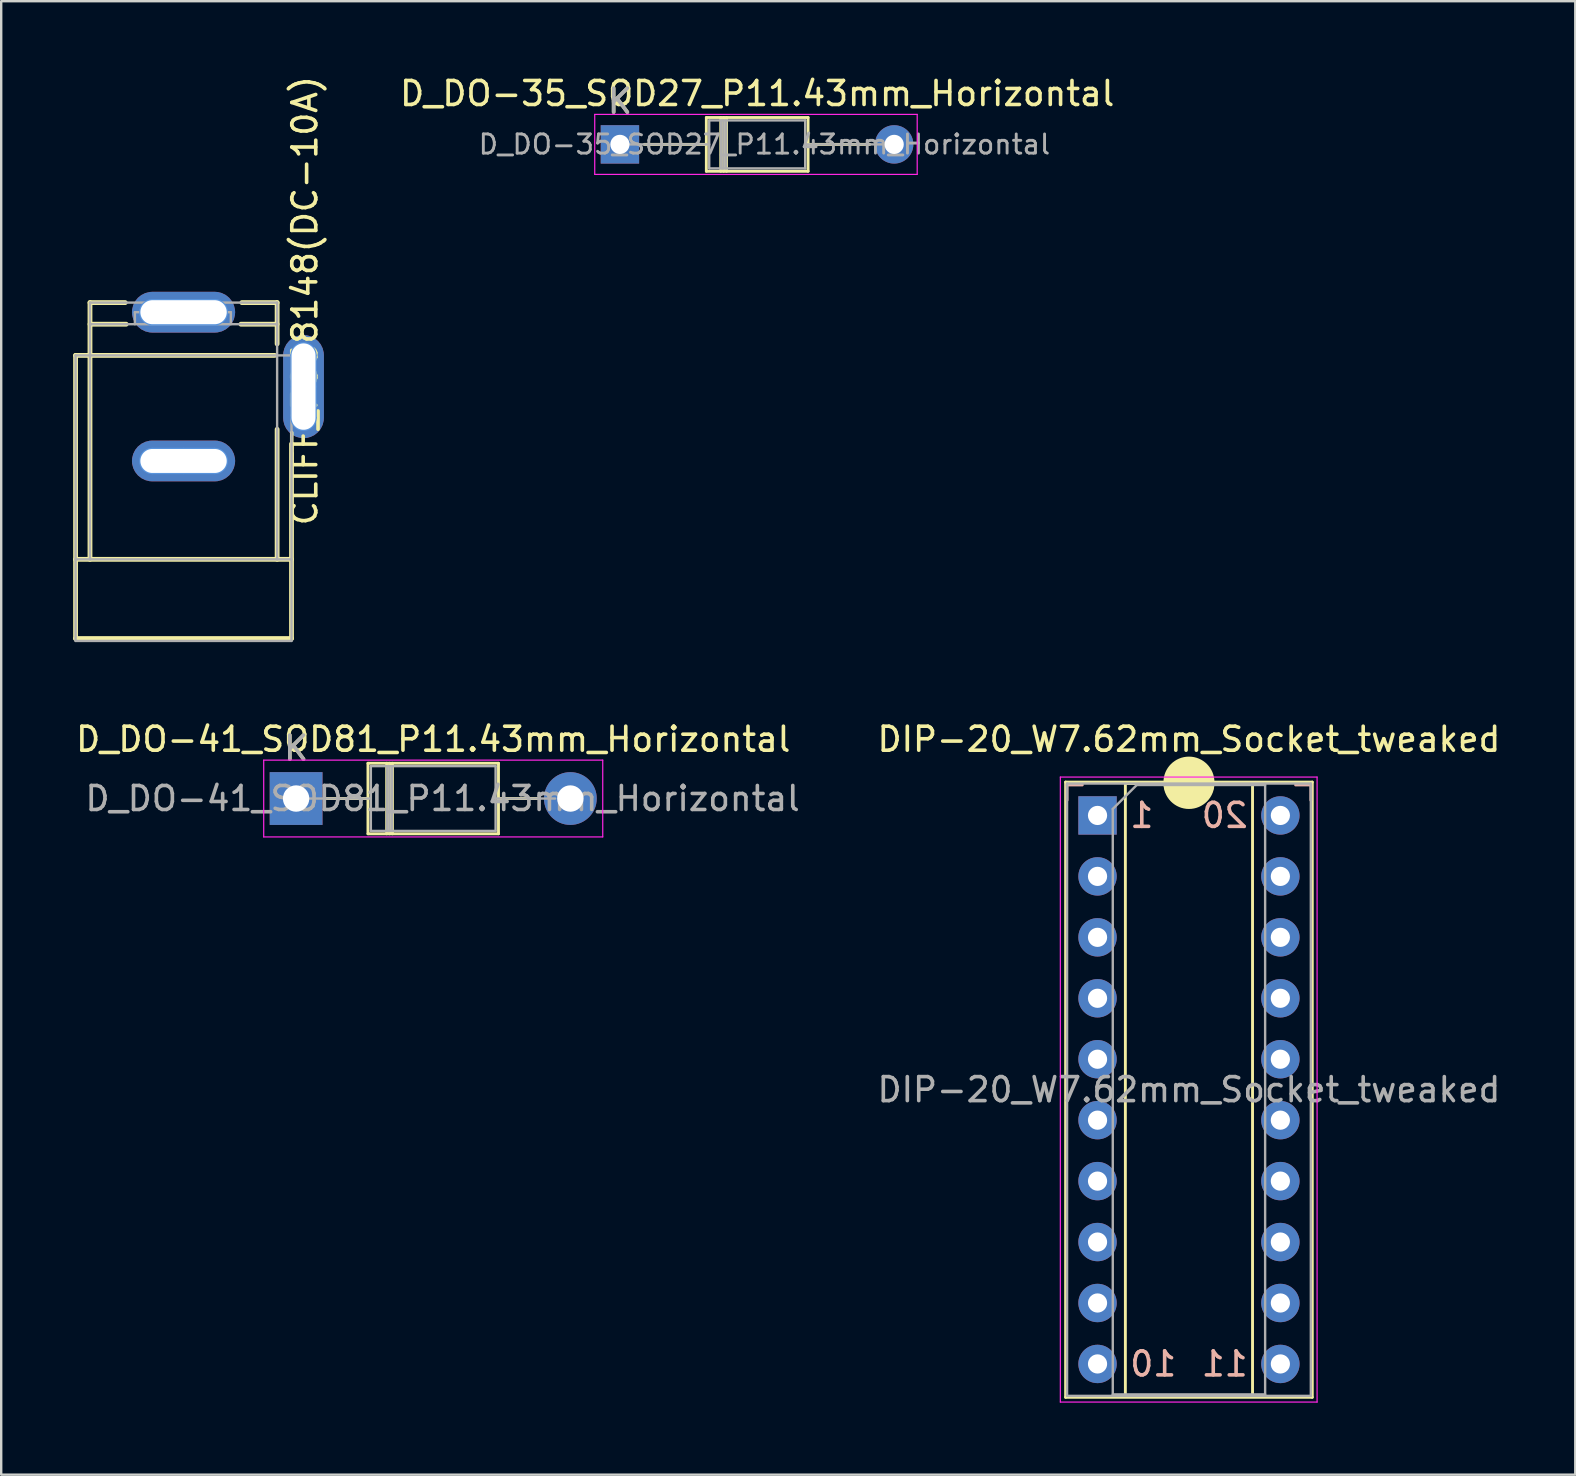
<source format=kicad_pcb>
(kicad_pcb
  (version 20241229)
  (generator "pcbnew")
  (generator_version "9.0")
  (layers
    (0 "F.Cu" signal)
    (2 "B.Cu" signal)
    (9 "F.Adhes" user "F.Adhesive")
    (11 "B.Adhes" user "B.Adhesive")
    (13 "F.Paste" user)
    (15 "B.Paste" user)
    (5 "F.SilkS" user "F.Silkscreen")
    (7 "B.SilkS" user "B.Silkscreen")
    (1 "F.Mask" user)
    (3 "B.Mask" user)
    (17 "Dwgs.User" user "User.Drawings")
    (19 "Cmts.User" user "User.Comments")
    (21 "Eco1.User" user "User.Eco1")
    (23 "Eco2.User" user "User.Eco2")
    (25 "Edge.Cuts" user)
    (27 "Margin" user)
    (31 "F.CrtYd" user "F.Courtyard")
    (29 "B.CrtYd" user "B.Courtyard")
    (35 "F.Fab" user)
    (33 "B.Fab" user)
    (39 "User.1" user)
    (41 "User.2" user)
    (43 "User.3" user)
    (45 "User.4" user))
  (footprint "D_DO-41_SOD81_P11.43mm_Horizontal"
    (layer "F.Cu")
    (at 9.291 30.231)
    (property "Reference" "D_DO-41_SOD81_P11.43mm_Horizontal" (at 5.715 -2.47 0) (layer "F.SilkS") (effects (font (size 1 1) (thickness 0.15))))
    (attr through_hole)
    (fp_line (start 1.27 0) (end 2.995 0) (stroke (width 0.12) (type solid)) (layer "F.SilkS"))
    (fp_line (start 2.995 -1.47) (end 2.995 1.47) (stroke (width 0.12) (type solid)) (layer "F.SilkS"))
    (fp_line (start 2.995 1.47) (end 8.435 1.47) (stroke (width 0.12) (type solid)) (layer "F.SilkS"))
    (fp_line (start 3.775 -1.47) (end 3.775 1.47) (stroke (width 0.12) (type solid)) (layer "F.SilkS"))
    (fp_line (start 3.895 -1.47) (end 3.895 1.47) (stroke (width 0.12) (type solid)) (layer "F.SilkS"))
    (fp_line (start 4.015 -1.47) (end 4.015 1.47) (stroke (width 0.12) (type solid)) (layer "F.SilkS"))
    (fp_line (start 8.435 -1.47) (end 2.995 -1.47) (stroke (width 0.12) (type solid)) (layer "F.SilkS"))
    (fp_line (start 8.435 1.47) (end 8.435 -1.47) (stroke (width 0.12) (type solid)) (layer "F.SilkS"))
    (fp_line (start 10.16 0) (end 8.435 0) (stroke (width 0.12) (type solid)) (layer "F.SilkS"))
    (fp_line (start -1.35 -1.6) (end -1.35 1.6) (stroke (width 0.05) (type solid)) (layer "F.CrtYd"))
    (fp_line (start -1.35 1.6) (end 12.78 1.6) (stroke (width 0.05) (type solid)) (layer "F.CrtYd"))
    (fp_line (start 12.78 -1.6) (end -1.35 -1.6) (stroke (width 0.05) (type solid)) (layer "F.CrtYd"))
    (fp_line (start 12.78 1.6) (end 12.78 -1.6) (stroke (width 0.05) (type solid)) (layer "F.CrtYd"))
    (fp_line (start 0 0) (end 3.115 0) (stroke (width 0.1) (type solid)) (layer "F.Fab"))
    (fp_line (start 3.115 -1.35) (end 3.115 1.35) (stroke (width 0.1) (type solid)) (layer "F.Fab"))
    (fp_line (start 3.115 1.35) (end 8.315 1.35) (stroke (width 0.1) (type solid)) (layer "F.Fab"))
    (fp_line (start 3.795 -1.35) (end 3.795 1.35) (stroke (width 0.1) (type solid)) (layer "F.Fab"))
    (fp_line (start 3.895 -1.35) (end 3.895 1.35) (stroke (width 0.1) (type solid)) (layer "F.Fab"))
    (fp_line (start 3.995 -1.35) (end 3.995 1.35) (stroke (width 0.1) (type solid)) (layer "F.Fab"))
    (fp_line (start 8.315 -1.35) (end 3.115 -1.35) (stroke (width 0.1) (type solid)) (layer "F.Fab"))
    (fp_line (start 8.315 1.35) (end 8.315 -1.35) (stroke (width 0.1) (type solid)) (layer "F.Fab"))
    (fp_line (start 10.795 0) (end 8.315 0) (stroke (width 0.1) (type solid)) (layer "F.Fab"))
    (fp_text user "K" (at 0 -2.1 0) (layer "F.SilkS") (effects (font (size 1 1) (thickness 0.15))))
    (fp_text user "K" (at 0 -2.1 0) (layer "F.Fab") (effects (font (size 1 1) (thickness 0.15))))
    (fp_text user "${REFERENCE}" (at 6.105 0 0) (layer "F.Fab") (effects (font (size 1 1) (thickness 0.15))))
    (pad "1" thru_hole rect (at 0 0) (size 2.2 2.2) (drill 1.1) (layers "*.Cu" "*.Mask"))
    (pad "2" thru_hole oval (at 11.43 0) (size 2.2 2.2) (drill 1.1) (layers "*.Cu" "*.Mask")))
  (footprint "D_DO-35_SOD27_P11.43mm_Horizontal"
    (layer "F.Cu")
    (at 22.787 2.968)
    (property "Reference" "D_DO-35_SOD27_P11.43mm_Horizontal" (at 5.722 -2.12 0) (layer "F.SilkS") (effects (font (size 1 1) (thickness 0.15))))
    (attr through_hole)
    (fp_line (start 1.016 0) (end 3.602 0) (stroke (width 0.12) (type solid)) (layer "F.SilkS"))
    (fp_line (start 3.602 -1.12) (end 3.602 1.12) (stroke (width 0.12) (type solid)) (layer "F.SilkS"))
    (fp_line (start 3.602 1.12) (end 7.842 1.12) (stroke (width 0.12) (type solid)) (layer "F.SilkS"))
    (fp_line (start 4.202 -1.12) (end 4.202 1.12) (stroke (width 0.12) (type solid)) (layer "F.SilkS"))
    (fp_line (start 4.322 -1.12) (end 4.322 1.12) (stroke (width 0.12) (type solid)) (layer "F.SilkS"))
    (fp_line (start 4.442 -1.12) (end 4.442 1.12) (stroke (width 0.12) (type solid)) (layer "F.SilkS"))
    (fp_line (start 7.842 -1.12) (end 3.602 -1.12) (stroke (width 0.12) (type solid)) (layer "F.SilkS"))
    (fp_line (start 7.842 1.12) (end 7.842 -1.12) (stroke (width 0.12) (type solid)) (layer "F.SilkS"))
    (fp_line (start 10.414 0) (end 7.842 0) (stroke (width 0.12) (type solid)) (layer "F.SilkS"))
    (fp_line (start -1.05 -1.25) (end -1.05 1.25) (stroke (width 0.05) (type solid)) (layer "F.CrtYd"))
    (fp_line (start -1.05 1.25) (end 12.39 1.25) (stroke (width 0.05) (type solid)) (layer "F.CrtYd"))
    (fp_line (start 12.39 -1.25) (end -1.05 -1.25) (stroke (width 0.05) (type solid)) (layer "F.CrtYd"))
    (fp_line (start 12.39 1.25) (end 12.39 -1.25) (stroke (width 0.05) (type solid)) (layer "F.CrtYd"))
    (fp_line (start 0 0) (end 3.722 0) (stroke (width 0.1) (type solid)) (layer "F.Fab"))
    (fp_line (start 3.722 -1) (end 3.722 1) (stroke (width 0.1) (type solid)) (layer "F.Fab"))
    (fp_line (start 3.722 1) (end 7.722 1) (stroke (width 0.1) (type solid)) (layer "F.Fab"))
    (fp_line (start 4.222 -1) (end 4.222 1) (stroke (width 0.1) (type solid)) (layer "F.Fab"))
    (fp_line (start 4.322 -1) (end 4.322 1) (stroke (width 0.1) (type solid)) (layer "F.Fab"))
    (fp_line (start 4.422 -1) (end 4.422 1) (stroke (width 0.1) (type solid)) (layer "F.Fab"))
    (fp_line (start 7.722 -1) (end 3.722 -1) (stroke (width 0.1) (type solid)) (layer "F.Fab"))
    (fp_line (start 7.722 1) (end 7.722 -1) (stroke (width 0.1) (type solid)) (layer "F.Fab"))
    (fp_line (start 11.43 0) (end 7.722 0) (stroke (width 0.1) (type solid)) (layer "F.Fab"))
    (fp_text user "K" (at 0 -1.8 0) (layer "F.SilkS") (effects (font (size 1 1) (thickness 0.15))))
    (fp_text user "${REFERENCE}" (at 6.022 0 0) (layer "F.Fab") (effects (font (size 0.8 0.8) (thickness 0.12))))
    (fp_text user "K" (at 0 -1.8 0) (layer "F.Fab") (effects (font (size 1 1) (thickness 0.15))))
    (pad "1" thru_hole rect (at 0 0) (size 1.6 1.6) (drill 0.8) (layers "*.Cu" "*.Mask"))
    (pad "2" thru_hole oval (at 11.43 0) (size 1.6 1.6) (drill 0.8) (layers "*.Cu" "*.Mask")))
  (footprint "CLIFF_FC68148(DC-10A)"
    (layer "F.Cu")
    (at 4.6 23.662)
    (property "Reference" "CLIFF_FC68148(DC-10A)" (at 5.055 -14.18 270) (layer "F.SilkS") (effects (font (size 1 1) (thickness 0.15))))
    (attr through_hole)
    (fp_line (start -4.5 -11.9) (end 3.8 -11.9) (stroke (width 0.2) (type solid)) (layer "F.SilkS"))
    (fp_line (start -4.5 -3.4) (end 4.5 -3.4) (stroke (width 0.2) (type solid)) (layer "F.SilkS"))
    (fp_line (start -4.5 -0.1) (end -4.5 -11.9) (stroke (width 0.2) (type solid)) (layer "F.SilkS"))
    (fp_line (start -4.5 -0.1) (end 4.5 -0.1) (stroke (width 0.2) (type solid)) (layer "F.SilkS"))
    (fp_line (start -3.9 -14.1) (end -2.431 -14.1) (stroke (width 0.2) (type solid)) (layer "F.SilkS"))
    (fp_line (start -3.9 -13.2) (end -2.391 -13.2) (stroke (width 0.2) (type solid)) (layer "F.SilkS"))
    (fp_line (start -3.9 -3.4) (end -3.9 -14.1) (stroke (width 0.2) (type solid)) (layer "F.SilkS"))
    (fp_line (start 2.391 -13.2) (end 3.9 -13.2) (stroke (width 0.2) (type solid)) (layer "F.SilkS"))
    (fp_line (start 2.431 -14.1) (end 3.9 -14.1) (stroke (width 0.2) (type solid)) (layer "F.SilkS"))
    (fp_line (start 3.9 -12.38) (end 3.9 -14.1) (stroke (width 0.2) (type solid)) (layer "F.SilkS"))
    (fp_line (start 3.9 -3.4) (end 3.9 -8.82) (stroke (width 0.2) (type solid)) (layer "F.SilkS"))
    (fp_line (start 4.5 -0.1) (end 4.5 -8.209) (stroke (width 0.2) (type solid)) (layer "F.SilkS"))
    (fp_line (start -1.5 -7.6) (end 1.5 -7.6) (stroke (width 0.1) (type solid)) (layer "Cmts.User"))
    (fp_line (start -1.5 -7.4) (end -1.5 -7.6) (stroke (width 0.1) (type solid)) (layer "Cmts.User"))
    (fp_line (start -1.5 -7.4) (end 1.5 -7.4) (stroke (width 0.1) (type solid)) (layer "Cmts.User"))
    (fp_line (start -1.4 -13.7) (end 1.4 -13.7) (stroke (width 0.1) (type solid)) (layer "Cmts.User"))
    (fp_line (start -1.4 -13.2) (end -1.4 -13.7) (stroke (width 0.1) (type solid)) (layer "Cmts.User"))
    (fp_line (start -1.4 -13.2) (end 1.4 -13.2) (stroke (width 0.1) (type solid)) (layer "Cmts.User"))
    (fp_line (start -1.3 -14.2) (end 1.3 -14.2) (stroke (width 0.1) (type solid)) (layer "Cmts.User"))
    (fp_line (start -1.3 -13.2) (end 1.3 -13.2) (stroke (width 0.1) (type solid)) (layer "Cmts.User"))
    (fp_line (start -1.3 -8) (end 1.3 -8) (stroke (width 0.1) (type solid)) (layer "Cmts.User"))
    (fp_line (start -1.3 -7) (end 1.3 -7) (stroke (width 0.1) (type solid)) (layer "Cmts.User"))
    (fp_line (start -0.5 -13.7) (end 0 -13.7) (stroke (width 0.1) (type solid)) (layer "Cmts.User"))
    (fp_line (start -0.5 -7.5) (end 0 -7.5) (stroke (width 0.1) (type solid)) (layer "Cmts.User"))
    (fp_line (start 0 -13.7) (end 0 -14.2) (stroke (width 0.1) (type solid)) (layer "Cmts.User"))
    (fp_line (start 0 -13.7) (end 0.5 -13.7) (stroke (width 0.1) (type solid)) (layer "Cmts.User"))
    (fp_line (start 0 -13.2) (end 0 -13.7) (stroke (width 0.1) (type solid)) (layer "Cmts.User"))
    (fp_line (start 0 -7.5) (end 0 -8) (stroke (width 0.1) (type solid)) (layer "Cmts.User"))
    (fp_line (start 0 -7.5) (end 0.5 -7.5) (stroke (width 0.1) (type solid)) (layer "Cmts.User"))
    (fp_line (start 0 -7) (end 0 -7.5) (stroke (width 0.1) (type solid)) (layer "Cmts.User"))
    (fp_line (start 1.4 -13.2) (end 1.4 -13.7) (stroke (width 0.1) (type solid)) (layer "Cmts.User"))
    (fp_line (start 1.5 -7.4) (end 1.5 -7.6) (stroke (width 0.1) (type solid)) (layer "Cmts.User"))
    (fp_line (start 4.5 -10.6) (end 5 -10.6) (stroke (width 0.1) (type solid)) (layer "Cmts.User"))
    (fp_line (start 4.5 -9.3) (end 4.5 -11.9) (stroke (width 0.1) (type solid)) (layer "Cmts.User"))
    (fp_line (start 5 -10.6) (end 5 -11.1) (stroke (width 0.1) (type solid)) (layer "Cmts.User"))
    (fp_line (start 5 -10.6) (end 5.5 -10.6) (stroke (width 0.1) (type solid)) (layer "Cmts.User"))
    (fp_line (start 5 -10.1) (end 5 -10.6) (stroke (width 0.1) (type solid)) (layer "Cmts.User"))
    (fp_line (start 5.5 -9.3) (end 5.5 -11.9) (stroke (width 0.1) (type solid)) (layer "Cmts.User"))
    (fp_arc (start -1.3 -13.2) (mid -1.8 -13.7) (end -1.3 -14.2) (stroke (width 0.1) (type solid)) (layer "Cmts.User"))
    (fp_arc (start -1.3 -7) (mid -1.8 -7.5) (end -1.3 -8) (stroke (width 0.1) (type solid)) (layer "Cmts.User"))
    (fp_arc (start 1.3 -14.2) (mid 1.8 -13.7) (end 1.3 -13.2) (stroke (width 0.1) (type solid)) (layer "Cmts.User"))
    (fp_arc (start 1.3 -8) (mid 1.8 -7.5) (end 1.3 -7) (stroke (width 0.1) (type solid)) (layer "Cmts.User"))
    (fp_arc (start 4.5 -11.9) (mid 5 -12.4) (end 5.5 -11.9) (stroke (width 0.1) (type solid)) (layer "Cmts.User"))
    (fp_arc (start 5.5 -9.3) (mid 5 -8.8) (end 4.5 -9.3) (stroke (width 0.1) (type solid)) (layer "Cmts.User"))
    (fp_line (start -4.5 -11.9) (end 5.2 -11.9) (stroke (width 0.1) (type solid)) (layer "F.Fab"))
    (fp_line (start -4.5 -3.4) (end 4.5 -3.4) (stroke (width 0.1) (type solid)) (layer "F.Fab"))
    (fp_line (start -4.5 0) (end -4.5 -11.9) (stroke (width 0.1) (type solid)) (layer "F.Fab"))
    (fp_line (start -4.5 0) (end 4.5 0) (stroke (width 0.1) (type solid)) (layer "F.Fab"))
    (fp_line (start -3.9 -14.1) (end -1.4 -14.1) (stroke (width 0.1) (type solid)) (layer "F.Fab"))
    (fp_line (start -3.9 -13.2) (end 3.9 -13.2) (stroke (width 0.1) (type solid)) (layer "F.Fab"))
    (fp_line (start -3.9 -3.4) (end -3.9 -14.1) (stroke (width 0.1) (type solid)) (layer "F.Fab"))
    (fp_line (start -2.029 -13.7) (end 1.971 -13.7) (stroke (width 0.1) (type solid)) (layer "F.Fab"))
    (fp_line (start -2.029 -13.2) (end -2.029 -13.7) (stroke (width 0.1) (type solid)) (layer "F.Fab"))
    (fp_line (start -1.4 -13.7) (end -1.4 -14.1) (stroke (width 0.1) (type solid)) (layer "F.Fab"))
    (fp_line (start -1.025 -14) (end 0.975 -14) (stroke (width 0.1) (type solid)) (layer "F.Fab"))
    (fp_line (start 1.4 -14.1) (end 3.9 -14.1) (stroke (width 0.1) (type solid)) (layer "F.Fab"))
    (fp_line (start 1.4 -13.7) (end 1.4 -14.1) (stroke (width 0.1) (type solid)) (layer "F.Fab"))
    (fp_line (start 1.971 -13.2) (end 1.971 -13.7) (stroke (width 0.1) (type solid)) (layer "F.Fab"))
    (fp_line (start 3.9 -3.4) (end 3.9 -14.1) (stroke (width 0.1) (type solid)) (layer "F.Fab"))
    (fp_line (start 4.5 -9.4) (end 5.2 -9.4) (stroke (width 0.1) (type solid)) (layer "F.Fab"))
    (fp_line (start 4.5 0) (end 4.5 -11.9) (stroke (width 0.1) (type solid)) (layer "F.Fab"))
    (fp_line (start 5 -9.4) (end 5 -11.9) (stroke (width 0.1) (type solid)) (layer "F.Fab"))
    (fp_line (start 5.2 -9.4) (end 5.2 -11.9) (stroke (width 0.1) (type solid)) (layer "F.Fab"))
    (fp_arc (start -1.371594 -13.698711) (mid -1.254621 -13.914149) (end -1.025 -14) (stroke (width 0.1) (type solid)) (layer "F.Fab"))
    (fp_arc (start 0.96578 -14.000582) (mid 1.196082 -13.915388) (end 1.314 -13.7) (stroke (width 0.1) (type solid)) (layer "F.Fab"))
    (pad "1" thru_hole roundrect (at 0 -13.7) (size 4.3 1.7) (drill oval 3.6 1) (layers "*.Cu" "*.Mask") (roundrect_rratio 0.5))
    (pad "2" thru_hole roundrect (at 5 -10.6 90) (size 4.3 1.7) (drill oval 3.6 1) (layers "*.Cu" "*.Mask") (roundrect_rratio 0.5))
    (pad "3" thru_hole roundrect (at 0 -7.5 180) (size 4.3 1.7) (drill oval 3.6 1) (layers "*.Cu" "*.Mask") (roundrect_rratio 0.5)))
  (footprint "DIP-20_W7.62mm_Socket_tweaked"
    (layer "F.Cu")
    (at 42.693 30.936)
    (property "Reference" "DIP-20_W7.62mm_Socket_tweaked" (at 3.81 -3.175 0) (layer "F.SilkS") (effects (font (size 1 1) (thickness 0.15))))
    (attr through_hole)
    (fp_line (start -1.33 -1.39) (end -1.33 24.25) (stroke (width 0.12) (type solid)) (layer "F.SilkS"))
    (fp_line (start -1.33 24.25) (end 8.95 24.25) (stroke (width 0.12) (type solid)) (layer "F.SilkS"))
    (fp_line (start 1.16 -1.33) (end 1.16 24.19) (stroke (width 0.12) (type solid)) (layer "F.SilkS"))
    (fp_line (start 1.16 24.19) (end 6.46 24.19) (stroke (width 0.12) (type solid)) (layer "F.SilkS"))
    (fp_line (start 2.81 -1.33) (end 1.16 -1.33) (stroke (width 0.12) (type solid)) (layer "F.SilkS"))
    (fp_line (start 6.46 -1.33) (end 4.81 -1.33) (stroke (width 0.12) (type solid)) (layer "F.SilkS"))
    (fp_line (start 6.46 24.19) (end 6.46 -1.33) (stroke (width 0.12) (type solid)) (layer "F.SilkS"))
    (fp_line (start 8.95 -1.39) (end -1.33 -1.39) (stroke (width 0.12) (type solid)) (layer "F.SilkS"))
    (fp_line (start 8.95 24.25) (end 8.95 -1.39) (stroke (width 0.12) (type solid)) (layer "F.SilkS"))
    (fp_arc (start 4.81 -1.33) (mid 3.81 -0.33) (end 2.81 -1.33) (stroke (width 0.12) (type solid)) (layer "F.SilkS"))
    (fp_circle (center 3.81 -1.39) (end 4.812 -1.39) (stroke (width 0.12) (type solid)) (fill yes) (layer "F.SilkS"))
    (fp_line (start -1.27 -1.27) (end -0.635 -1.27) (stroke (width 0.12) (type solid)) (layer "B.SilkS"))
    (fp_line (start -1.27 -0.635) (end -1.27 -1.27) (stroke (width 0.12) (type solid)) (layer "B.SilkS"))
    (fp_line (start 8.255 -1.27) (end 8.89 -1.27) (stroke (width 0.12) (type solid)) (layer "B.SilkS"))
    (fp_line (start 8.89 -1.27) (end 8.89 -0.635) (stroke (width 0.12) (type solid)) (layer "B.SilkS"))
    (fp_line (start -1.55 -1.6) (end -1.55 24.45) (stroke (width 0.05) (type solid)) (layer "F.CrtYd"))
    (fp_line (start -1.55 24.45) (end 9.15 24.45) (stroke (width 0.05) (type solid)) (layer "F.CrtYd"))
    (fp_line (start 9.15 -1.6) (end -1.55 -1.6) (stroke (width 0.05) (type solid)) (layer "F.CrtYd"))
    (fp_line (start 9.15 24.45) (end 9.15 -1.6) (stroke (width 0.05) (type solid)) (layer "F.CrtYd"))
    (fp_line (start -1.27 -1.33) (end -1.27 24.19) (stroke (width 0.1) (type solid)) (layer "F.Fab"))
    (fp_line (start -1.27 24.19) (end 8.89 24.19) (stroke (width 0.1) (type solid)) (layer "F.Fab"))
    (fp_line (start 0.635 -0.27) (end 1.635 -1.27) (stroke (width 0.1) (type solid)) (layer "F.Fab"))
    (fp_line (start 0.635 24.13) (end 0.635 -0.27) (stroke (width 0.1) (type solid)) (layer "F.Fab"))
    (fp_line (start 1.635 -1.27) (end 6.985 -1.27) (stroke (width 0.1) (type solid)) (layer "F.Fab"))
    (fp_line (start 6.985 -1.27) (end 6.985 24.13) (stroke (width 0.1) (type solid)) (layer "F.Fab"))
    (fp_line (start 6.985 24.13) (end 0.635 24.13) (stroke (width 0.1) (type solid)) (layer "F.Fab"))
    (fp_line (start 8.89 -1.33) (end -1.27 -1.33) (stroke (width 0.1) (type solid)) (layer "F.Fab"))
    (fp_line (start 8.89 24.19) (end 8.89 -1.33) (stroke (width 0.1) (type solid)) (layer "F.Fab"))
    (fp_text user "1" (at 1.27 0 0) (unlocked yes) (layer "B.SilkS") (effects (font (size 1 1) (thickness 0.15)) (justify right mirror)))
    (fp_text user "11" (at 6.35 22.86 0) (unlocked yes) (layer "B.SilkS") (effects (font (size 1 1) (thickness 0.15)) (justify left mirror)))
    (fp_text user "20" (at 6.35 0 0) (unlocked yes) (layer "B.SilkS") (effects (font (size 1 1) (thickness 0.15)) (justify left mirror)))
    (fp_text user "10" (at 1.27 22.86 0) (unlocked yes) (layer "B.SilkS") (effects (font (size 1 1) (thickness 0.15)) (justify right mirror)))
    (fp_text user "${REFERENCE}" (at 3.81 11.43 0) (layer "F.Fab") (effects (font (size 1 1) (thickness 0.15))))
    (pad "1" thru_hole rect (at 0 0) (size 1.6 1.6) (drill 0.8) (layers "*.Cu" "*.Mask"))
    (pad "2" thru_hole oval (at 0 2.54) (size 1.6 1.6) (drill 0.8) (layers "*.Cu" "*.Mask"))
    (pad "3" thru_hole oval (at 0 5.08) (size 1.6 1.6) (drill 0.8) (layers "*.Cu" "*.Mask"))
    (pad "4" thru_hole oval (at 0 7.62) (size 1.6 1.6) (drill 0.8) (layers "*.Cu" "*.Mask"))
    (pad "5" thru_hole oval (at 0 10.16) (size 1.6 1.6) (drill 0.8) (layers "*.Cu" "*.Mask"))
    (pad "6" thru_hole oval (at 0 12.7) (size 1.6 1.6) (drill 0.8) (layers "*.Cu" "*.Mask"))
    (pad "7" thru_hole oval (at 0 15.24) (size 1.6 1.6) (drill 0.8) (layers "*.Cu" "*.Mask"))
    (pad "8" thru_hole oval (at 0 17.78) (size 1.6 1.6) (drill 0.8) (layers "*.Cu" "*.Mask"))
    (pad "9" thru_hole oval (at 0 20.32) (size 1.6 1.6) (drill 0.8) (layers "*.Cu" "*.Mask"))
    (pad "10" thru_hole oval (at 0 22.86) (size 1.6 1.6) (drill 0.8) (layers "*.Cu" "*.Mask"))
    (pad "11" thru_hole oval (at 7.62 22.86) (size 1.6 1.6) (drill 0.8) (layers "*.Cu" "*.Mask"))
    (pad "12" thru_hole oval (at 7.62 20.32) (size 1.6 1.6) (drill 0.8) (layers "*.Cu" "*.Mask"))
    (pad "13" thru_hole oval (at 7.62 17.78) (size 1.6 1.6) (drill 0.8) (layers "*.Cu" "*.Mask"))
    (pad "14" thru_hole oval (at 7.62 15.24) (size 1.6 1.6) (drill 0.8) (layers "*.Cu" "*.Mask"))
    (pad "15" thru_hole oval (at 7.62 12.7) (size 1.6 1.6) (drill 0.8) (layers "*.Cu" "*.Mask"))
    (pad "16" thru_hole oval (at 7.62 10.16) (size 1.6 1.6) (drill 0.8) (layers "*.Cu" "*.Mask"))
    (pad "17" thru_hole oval (at 7.62 7.62) (size 1.6 1.6) (drill 0.8) (layers "*.Cu" "*.Mask"))
    (pad "18" thru_hole oval (at 7.62 5.08) (size 1.6 1.6) (drill 0.8) (layers "*.Cu" "*.Mask"))
    (pad "19" thru_hole oval (at 7.62 2.54) (size 1.6 1.6) (drill 0.8) (layers "*.Cu" "*.Mask"))
    (pad "20" thru_hole oval (at 7.62 0) (size 1.6 1.6) (drill 0.8) (layers "*.Cu" "*.Mask")))
  (gr_rect
    (start -3 -3)
    (end 62.604 58.411)
    (stroke (width 0.1) (type default))
    (fill no)
    (layer "Edge.Cuts")))
</source>
